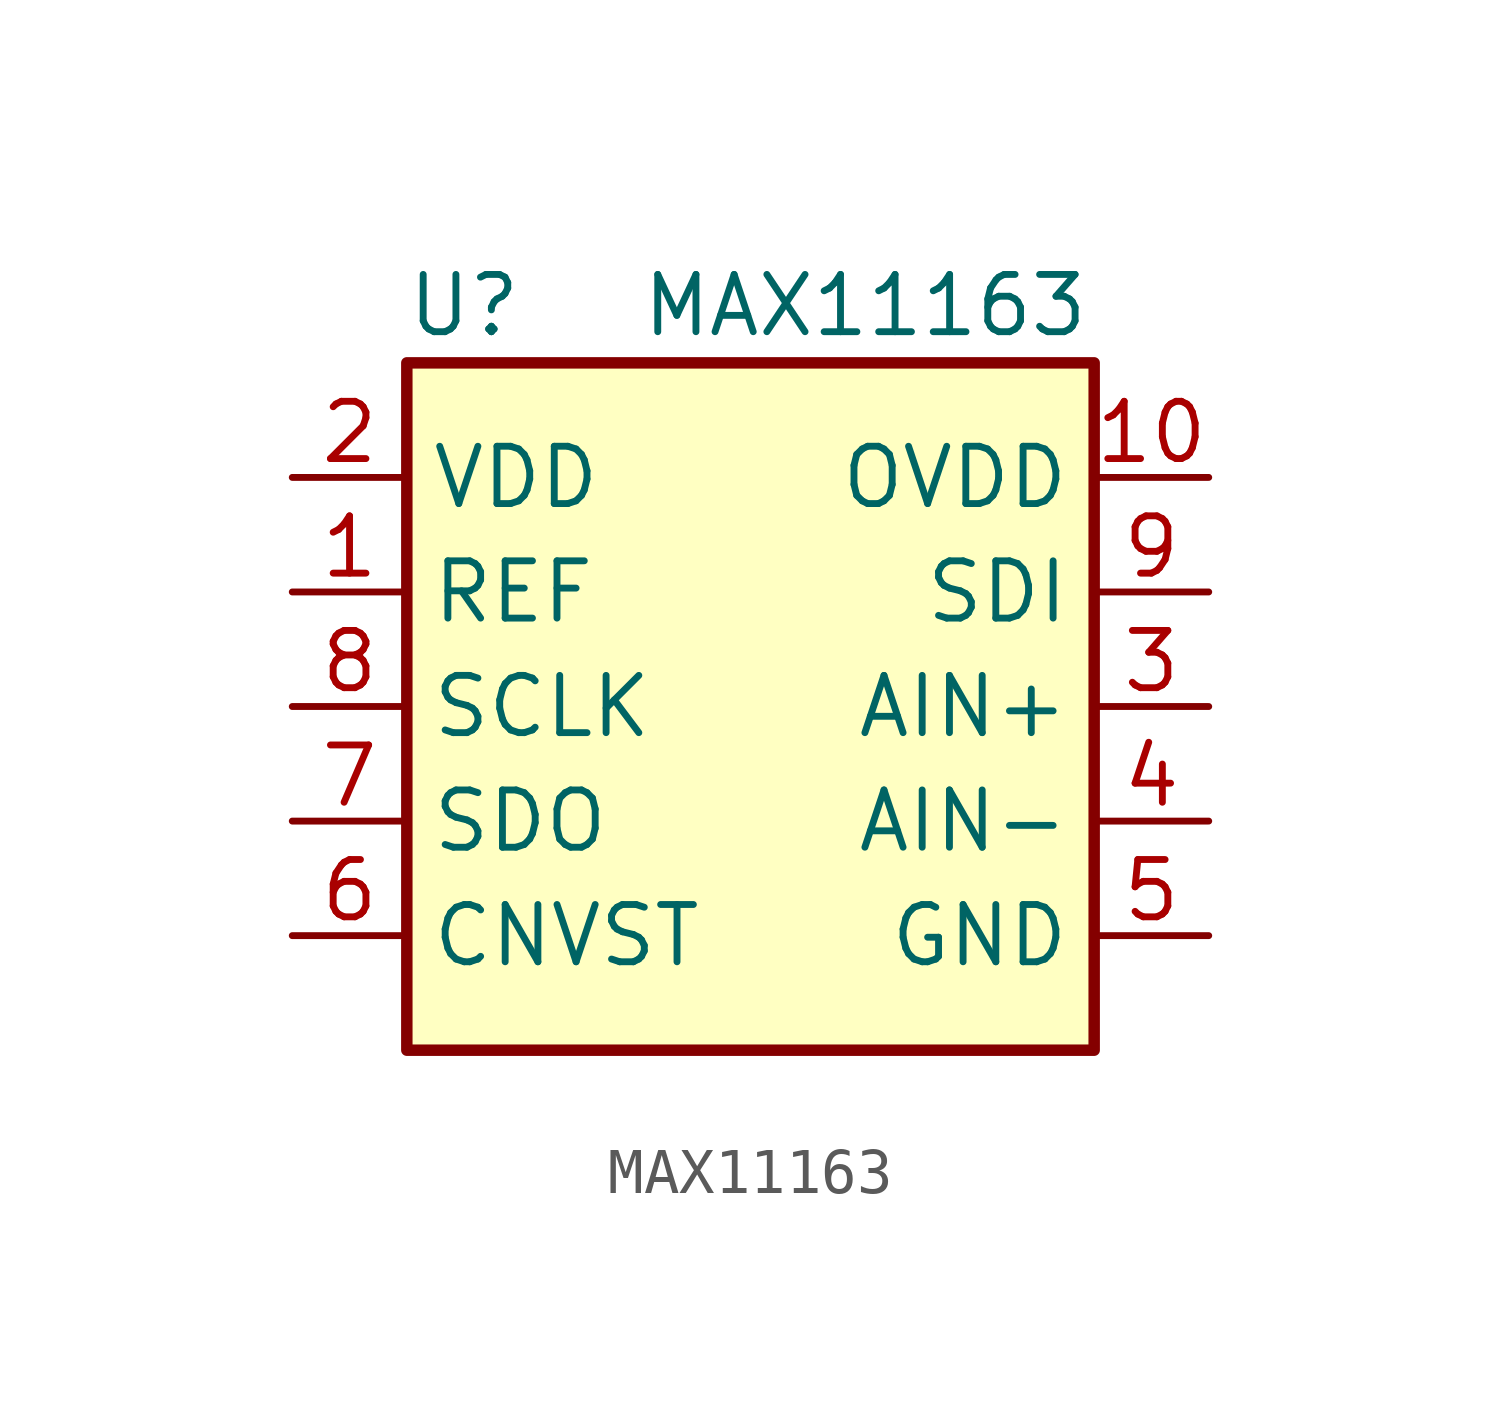
<source format=kicad_sym>
(kicad_symbol_lib
  (version 20241209)
  (generator "kicad_symbol_editor")
  (generator_version "9.0")
  (symbol "MAX11163"
    (property "Reference" "U"
      (at 1.27 1.27 0)
      (effects (font (size 1.27 1.27))))
    (property "Value" "MAX11163"
      (at 10.16 1.27 0)
      (effects (font (size 1.27 1.27))))
    (symbol "MAX11163_0_0"
      (pin power_in line (at -2.54 -2.54 0) (length 2.54) (name "VDD" (effects (font (size 1.27 1.27)))) (number "2" (effects (font (size 1.27 1.27)))))
      (pin input line (at -2.54 -5.08 0) (length 2.54) (name "REF" (effects (font (size 1.27 1.27)))) (number "1" (effects (font (size 1.27 1.27)))))
      (pin input line (at -2.54 -7.62 0) (length 2.54) (name "SCLK" (effects (font (size 1.27 1.27)))) (number "8" (effects (font (size 1.27 1.27)))))
      (pin tri_state line (at -2.54 -10.16 0) (length 2.54) (name "SDO" (effects (font (size 1.27 1.27)))) (number "7" (effects (font (size 1.27 1.27)))))
      (pin input line (at -2.54 -12.7 0) (length 2.54) (name "CNVST" (effects (font (size 1.27 1.27)))) (number "6" (effects (font (size 1.27 1.27)))))
      (pin power_in line (at 17.78 -2.54 180) (length 2.54) (name "OVDD" (effects (font (size 1.27 1.27)))) (number "10" (effects (font (size 1.27 1.27)))))
      (pin input line (at 17.78 -5.08 180) (length 2.54) (name "SDI" (effects (font (size 1.27 1.27)))) (number "9" (effects (font (size 1.27 1.27)))))
      (pin input line (at 17.78 -7.62 180) (length 2.54) (name "AIN+" (effects (font (size 1.27 1.27)))) (number "3" (effects (font (size 1.27 1.27)))))
      (pin input line (at 17.78 -10.16 180) (length 2.54) (name "AIN-" (effects (font (size 1.27 1.27)))) (number "4" (effects (font (size 1.27 1.27)))))
      (pin power_in line (at 17.78 -12.7 180) (length 2.54) (name "GND" (effects (font (size 1.27 1.27)))) (number "5" (effects (font (size 1.27 1.27))))))
    (symbol "MAX11163_1_1"
      (rectangle (start 0 0) (end 15.24 -15.24) (stroke (width 0.254) (type default)) (fill (type background))))))
</source>
